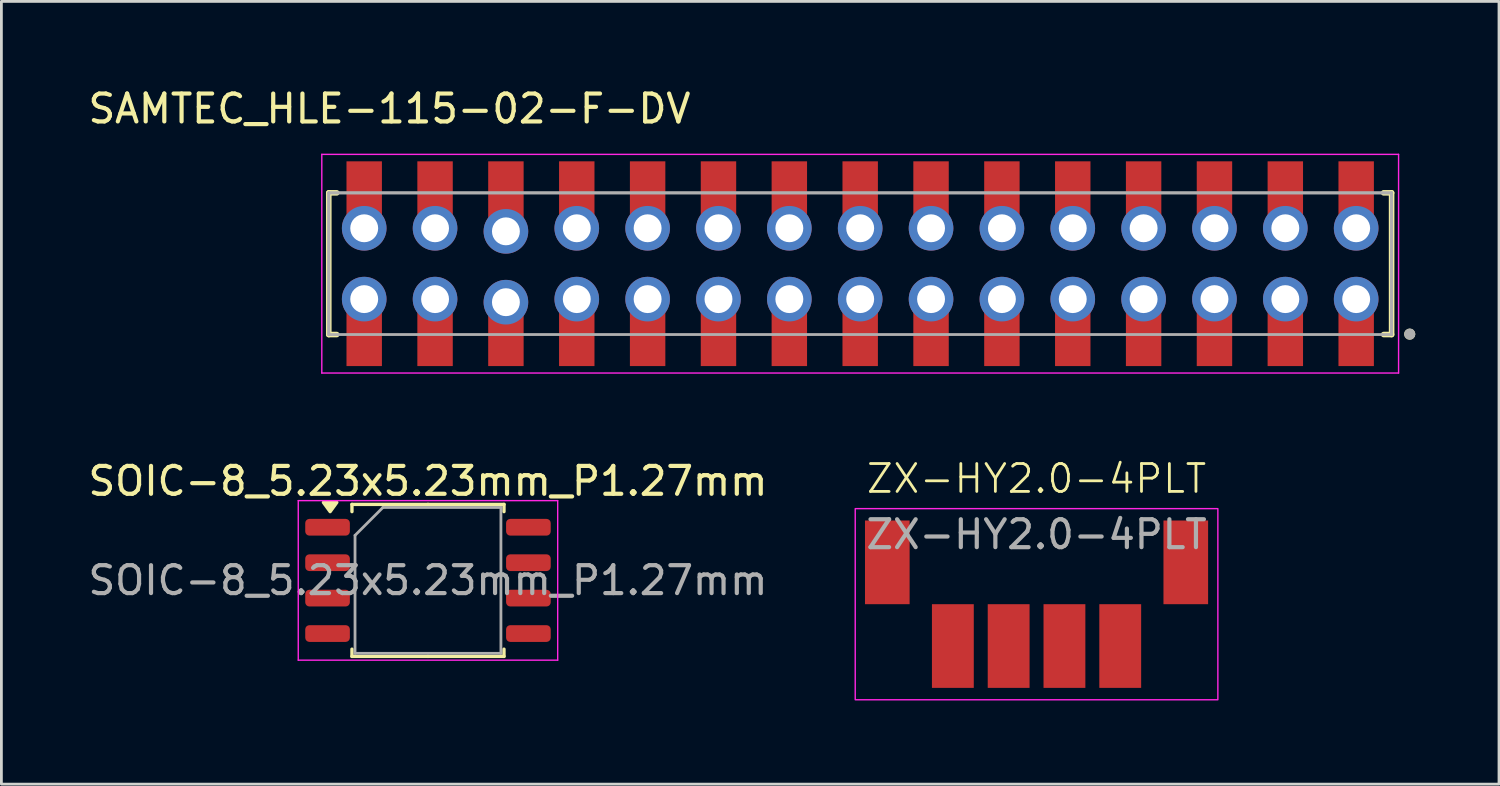
<source format=kicad_pcb>
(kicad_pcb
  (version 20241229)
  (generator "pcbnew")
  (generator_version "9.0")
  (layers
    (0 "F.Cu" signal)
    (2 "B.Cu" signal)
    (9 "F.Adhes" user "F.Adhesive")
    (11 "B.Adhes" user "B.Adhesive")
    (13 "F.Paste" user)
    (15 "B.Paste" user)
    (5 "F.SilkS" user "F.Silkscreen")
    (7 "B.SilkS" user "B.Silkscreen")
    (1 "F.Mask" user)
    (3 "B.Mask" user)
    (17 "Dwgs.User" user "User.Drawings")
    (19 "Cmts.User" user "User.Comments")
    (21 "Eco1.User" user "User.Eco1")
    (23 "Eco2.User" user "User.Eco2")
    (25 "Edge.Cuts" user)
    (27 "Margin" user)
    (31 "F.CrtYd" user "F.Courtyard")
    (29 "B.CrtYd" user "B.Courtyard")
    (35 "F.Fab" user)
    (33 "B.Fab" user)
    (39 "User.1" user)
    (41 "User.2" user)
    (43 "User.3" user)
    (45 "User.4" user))
  (footprint "SOIC-8_5.23x5.23mm_P1.27mm"
    (layer "F.Cu")
    (at 12.292 17.756)
    (property "Reference" "SOIC-8_5.23x5.23mm_P1.27mm" (at 0 -3.56 0) (layer "F.SilkS") (effects (font (size 1 1) (thickness 0.15))))
    (attr smd)
    (fp_line (start -2.725 -2.725) (end -2.725 -2.465) (stroke (width 0.12) (type solid)) (layer "F.SilkS"))
    (fp_line (start -2.725 2.725) (end -2.725 2.465) (stroke (width 0.12) (type solid)) (layer "F.SilkS"))
    (fp_line (start 0 -2.725) (end -2.725 -2.725) (stroke (width 0.12) (type solid)) (layer "F.SilkS"))
    (fp_line (start 0 -2.725) (end 2.725 -2.725) (stroke (width 0.12) (type solid)) (layer "F.SilkS"))
    (fp_line (start 0 2.725) (end -2.725 2.725) (stroke (width 0.12) (type solid)) (layer "F.SilkS"))
    (fp_line (start 0 2.725) (end 2.725 2.725) (stroke (width 0.12) (type solid)) (layer "F.SilkS"))
    (fp_line (start 2.725 -2.725) (end 2.725 -2.465) (stroke (width 0.12) (type solid)) (layer "F.SilkS"))
    (fp_line (start 2.725 2.725) (end 2.725 2.465) (stroke (width 0.12) (type solid)) (layer "F.SilkS"))
    (fp_poly (pts (xy -3.507 -2.465) (xy -3.748 -2.795) (xy -3.268 -2.795) (xy -3.507 -2.465)) (stroke (width 0.12) (type solid)) (fill yes) (layer "F.SilkS"))
    (fp_line (start -4.65 -2.86) (end -4.65 2.86) (stroke (width 0.05) (type solid)) (layer "F.CrtYd"))
    (fp_line (start -4.65 2.86) (end 4.65 2.86) (stroke (width 0.05) (type solid)) (layer "F.CrtYd"))
    (fp_line (start 4.65 -2.86) (end -4.65 -2.86) (stroke (width 0.05) (type solid)) (layer "F.CrtYd"))
    (fp_line (start 4.65 2.86) (end 4.65 -2.86) (stroke (width 0.05) (type solid)) (layer "F.CrtYd"))
    (fp_line (start -2.615 -1.615) (end -1.615 -2.615) (stroke (width 0.1) (type solid)) (layer "F.Fab"))
    (fp_line (start -2.615 2.615) (end -2.615 -1.615) (stroke (width 0.1) (type solid)) (layer "F.Fab"))
    (fp_line (start -1.615 -2.615) (end 2.615 -2.615) (stroke (width 0.1) (type solid)) (layer "F.Fab"))
    (fp_line (start 2.615 -2.615) (end 2.615 2.615) (stroke (width 0.1) (type solid)) (layer "F.Fab"))
    (fp_line (start 2.615 2.615) (end -2.615 2.615) (stroke (width 0.1) (type solid)) (layer "F.Fab"))
    (fp_text user "${REFERENCE}" (at 0 0 0) (layer "F.Fab") (effects (font (size 1 1) (thickness 0.15))))
    (pad "1" smd roundrect (at -3.6 -1.905) (size 1.6 0.6) (layers "F.Cu" "F.Mask" "F.Paste") (roundrect_rratio 0.25))
    (pad "2" smd roundrect (at -3.6 -0.635) (size 1.6 0.6) (layers "F.Cu" "F.Mask" "F.Paste") (roundrect_rratio 0.25))
    (pad "3" smd roundrect (at -3.6 0.635) (size 1.6 0.6) (layers "F.Cu" "F.Mask" "F.Paste") (roundrect_rratio 0.25))
    (pad "4" smd roundrect (at -3.6 1.905) (size 1.6 0.6) (layers "F.Cu" "F.Mask" "F.Paste") (roundrect_rratio 0.25))
    (pad "5" smd roundrect (at 3.6 1.905) (size 1.6 0.6) (layers "F.Cu" "F.Mask" "F.Paste") (roundrect_rratio 0.25))
    (pad "6" smd roundrect (at 3.6 0.635) (size 1.6 0.6) (layers "F.Cu" "F.Mask" "F.Paste") (roundrect_rratio 0.25))
    (pad "7" smd roundrect (at 3.6 -0.635) (size 1.6 0.6) (layers "F.Cu" "F.Mask" "F.Paste") (roundrect_rratio 0.25))
    (pad "8" smd roundrect (at 3.6 -1.905) (size 1.6 0.6) (layers "F.Cu" "F.Mask" "F.Paste") (roundrect_rratio 0.25)))
  (footprint "SAMTEC_HLE-115-02-F-DV"
    (layer "F.Cu")
    (at 27.786 6.403)
    (property "Reference" "SAMTEC_HLE-115-02-F-DV" (at -16.875 -5.555 0) (layer "F.SilkS") (effects (font (size 1 1) (thickness 0.15))))
    (attr smd)
    (fp_line (start -19.05 -2.54) (end -18.765 -2.54) (stroke (width 0.2) (type solid)) (layer "F.SilkS"))
    (fp_line (start -19.05 2.54) (end -19.05 -2.54) (stroke (width 0.2) (type solid)) (layer "F.SilkS"))
    (fp_line (start -18.765 2.54) (end -19.05 2.54) (stroke (width 0.2) (type solid)) (layer "F.SilkS"))
    (fp_line (start 18.765 -2.54) (end 19.05 -2.54) (stroke (width 0.2) (type solid)) (layer "F.SilkS"))
    (fp_line (start 18.765 2.54) (end 19.05 2.54) (stroke (width 0.2) (type solid)) (layer "F.SilkS"))
    (fp_line (start 19.05 -2.54) (end 19.05 2.54) (stroke (width 0.2) (type solid)) (layer "F.SilkS"))
    (fp_circle (center 19.7 2.525) (end 19.8 2.525) (stroke (width 0.2) (type solid)) (fill no) (layer "F.SilkS"))
    (fp_line (start -19.3 -3.92) (end 19.3 -3.92) (stroke (width 0.05) (type solid)) (layer "F.CrtYd"))
    (fp_line (start -19.3 3.92) (end -19.3 -3.92) (stroke (width 0.05) (type solid)) (layer "F.CrtYd"))
    (fp_line (start 19.3 -3.92) (end 19.3 3.92) (stroke (width 0.05) (type solid)) (layer "F.CrtYd"))
    (fp_line (start 19.3 3.92) (end -19.3 3.92) (stroke (width 0.05) (type solid)) (layer "F.CrtYd"))
    (fp_line (start -19.05 -2.54) (end 19.05 -2.54) (stroke (width 0.1) (type solid)) (layer "F.Fab"))
    (fp_line (start -19.05 -2.54) (end 19.05 -2.54) (stroke (width 0.1) (type solid)) (layer "F.Fab"))
    (fp_line (start -19.05 2.54) (end -19.05 -2.54) (stroke (width 0.1) (type solid)) (layer "F.Fab"))
    (fp_line (start -19.05 2.54) (end -19.05 -2.54) (stroke (width 0.1) (type solid)) (layer "F.Fab"))
    (fp_line (start 19.05 -2.54) (end 19.05 2.54) (stroke (width 0.1) (type solid)) (layer "F.Fab"))
    (fp_line (start 19.05 -2.54) (end 19.05 2.54) (stroke (width 0.1) (type solid)) (layer "F.Fab"))
    (fp_line (start 19.05 2.54) (end -19.05 2.54) (stroke (width 0.1) (type solid)) (layer "F.Fab"))
    (fp_circle (center 19.7 2.525) (end 19.8 2.525) (stroke (width 0.2) (type solid)) (fill no) (layer "F.Fab"))
    (pad "01" thru_hole circle (at 17.78 1.27) (size 1.6 1.6) (drill 1) (layers "*.Cu" "*.Mask"))
    (pad "01" smd rect (at 17.78 2.525) (size 1.27 2.29) (layers "F.Cu" "F.Mask" "F.Paste"))
    (pad "02" smd rect (at 17.78 -2.525) (size 1.27 2.29) (layers "F.Cu" "F.Mask" "F.Paste"))
    (pad "02" thru_hole circle (at 17.78 -1.27) (size 1.6 1.6) (drill 1) (layers "*.Cu" "*.Mask"))
    (pad "03" thru_hole circle (at 15.24 1.27) (size 1.6 1.6) (drill 1) (layers "*.Cu" "*.Mask"))
    (pad "03" smd rect (at 15.24 2.525) (size 1.27 2.29) (layers "F.Cu" "F.Mask" "F.Paste"))
    (pad "04" smd rect (at 15.24 -2.525) (size 1.27 2.29) (layers "F.Cu" "F.Mask" "F.Paste"))
    (pad "04" thru_hole circle (at 15.24 -1.27) (size 1.6 1.6) (drill 1) (layers "*.Cu" "*.Mask"))
    (pad "05" thru_hole circle (at 12.7 1.27) (size 1.6 1.6) (drill 1) (layers "*.Cu" "*.Mask"))
    (pad "05" smd rect (at 12.7 2.525) (size 1.27 2.29) (layers "F.Cu" "F.Mask" "F.Paste"))
    (pad "06" smd rect (at 12.7 -2.525) (size 1.27 2.29) (layers "F.Cu" "F.Mask" "F.Paste"))
    (pad "06" thru_hole circle (at 12.7 -1.27) (size 1.6 1.6) (drill 1) (layers "*.Cu" "*.Mask"))
    (pad "07" thru_hole circle (at 10.16 1.27) (size 1.6 1.6) (drill 1) (layers "*.Cu" "*.Mask"))
    (pad "07" smd rect (at 10.16 2.525) (size 1.27 2.29) (layers "F.Cu" "F.Mask" "F.Paste"))
    (pad "08" smd rect (at 10.16 -2.525) (size 1.27 2.29) (layers "F.Cu" "F.Mask" "F.Paste"))
    (pad "08" thru_hole circle (at 10.16 -1.27) (size 1.6 1.6) (drill 1) (layers "*.Cu" "*.Mask"))
    (pad "09" thru_hole circle (at 7.62 1.27) (size 1.6 1.6) (drill 1) (layers "*.Cu" "*.Mask"))
    (pad "09" smd rect (at 7.62 2.525) (size 1.27 2.29) (layers "F.Cu" "F.Mask" "F.Paste"))
    (pad "10" smd rect (at 7.62 -2.525) (size 1.27 2.29) (layers "F.Cu" "F.Mask" "F.Paste"))
    (pad "10" thru_hole circle (at 7.62 -1.27) (size 1.6 1.6) (drill 1) (layers "*.Cu" "*.Mask"))
    (pad "11" thru_hole circle (at 5.08 1.27) (size 1.6 1.6) (drill 1) (layers "*.Cu" "*.Mask"))
    (pad "11" smd rect (at 5.08 2.525) (size 1.27 2.29) (layers "F.Cu" "F.Mask" "F.Paste"))
    (pad "12" smd rect (at 5.08 -2.525) (size 1.27 2.29) (layers "F.Cu" "F.Mask" "F.Paste"))
    (pad "12" thru_hole circle (at 5.08 -1.27) (size 1.6 1.6) (drill 1) (layers "*.Cu" "*.Mask"))
    (pad "13" thru_hole circle (at 2.54 1.27) (size 1.6 1.6) (drill 1) (layers "*.Cu" "*.Mask"))
    (pad "13" smd rect (at 2.54 2.525) (size 1.27 2.29) (layers "F.Cu" "F.Mask" "F.Paste"))
    (pad "14" smd rect (at 2.54 -2.525) (size 1.27 2.29) (layers "F.Cu" "F.Mask" "F.Paste"))
    (pad "14" thru_hole circle (at 2.54 -1.27) (size 1.6 1.6) (drill 1) (layers "*.Cu" "*.Mask"))
    (pad "15" thru_hole circle (at 0 1.27) (size 1.6 1.6) (drill 1) (layers "*.Cu" "*.Mask"))
    (pad "15" smd rect (at 0 2.525) (size 1.27 2.29) (layers "F.Cu" "F.Mask" "F.Paste"))
    (pad "16" smd rect (at 0 -2.525) (size 1.27 2.29) (layers "F.Cu" "F.Mask" "F.Paste"))
    (pad "16" thru_hole circle (at 0 -1.27) (size 1.6 1.6) (drill 1) (layers "*.Cu" "*.Mask"))
    (pad "17" thru_hole circle (at -2.54 1.27) (size 1.6 1.6) (drill 1) (layers "*.Cu" "*.Mask"))
    (pad "17" smd rect (at -2.54 2.525) (size 1.27 2.29) (layers "F.Cu" "F.Mask" "F.Paste"))
    (pad "18" smd rect (at -2.54 -2.525) (size 1.27 2.29) (layers "F.Cu" "F.Mask" "F.Paste"))
    (pad "18" thru_hole circle (at -2.54 -1.27) (size 1.6 1.6) (drill 1) (layers "*.Cu" "*.Mask"))
    (pad "19" thru_hole circle (at -5.08 1.27) (size 1.6 1.6) (drill 1) (layers "*.Cu" "*.Mask"))
    (pad "19" smd rect (at -5.08 2.525) (size 1.27 2.29) (layers "F.Cu" "F.Mask" "F.Paste"))
    (pad "20" smd rect (at -5.08 -2.525) (size 1.27 2.29) (layers "F.Cu" "F.Mask" "F.Paste"))
    (pad "20" thru_hole circle (at -5.08 -1.27) (size 1.6 1.6) (drill 1) (layers "*.Cu" "*.Mask"))
    (pad "21" thru_hole circle (at -7.62 1.27) (size 1.6 1.6) (drill 1) (layers "*.Cu" "*.Mask"))
    (pad "21" smd rect (at -7.62 2.525) (size 1.27 2.29) (layers "F.Cu" "F.Mask" "F.Paste"))
    (pad "22" smd rect (at -7.62 -2.525) (size 1.27 2.29) (layers "F.Cu" "F.Mask" "F.Paste"))
    (pad "22" thru_hole circle (at -7.62 -1.27) (size 1.6 1.6) (drill 1) (layers "*.Cu" "*.Mask"))
    (pad "23" thru_hole circle (at -10.16 1.27) (size 1.6 1.6) (drill 1) (layers "*.Cu" "*.Mask"))
    (pad "23" smd rect (at -10.16 2.525) (size 1.27 2.29) (layers "F.Cu" "F.Mask" "F.Paste"))
    (pad "24" smd rect (at -10.16 -2.525) (size 1.27 2.29) (layers "F.Cu" "F.Mask" "F.Paste"))
    (pad "24" thru_hole circle (at -10.16 -1.27) (size 1.6 1.6) (drill 1) (layers "*.Cu" "*.Mask"))
    (pad "25" thru_hole circle (at -12.7 1.38) (size 1.6 1.6) (drill 1) (layers "*.Cu" "*.Mask"))
    (pad "25" smd rect (at -12.7 2.525) (size 1.27 2.29) (layers "F.Cu" "F.Mask" "F.Paste"))
    (pad "26" smd rect (at -12.7 -2.525) (size 1.27 2.29) (layers "F.Cu" "F.Mask" "F.Paste"))
    (pad "26" thru_hole circle (at -12.7 -1.16) (size 1.6 1.6) (drill 1) (layers "*.Cu" "*.Mask"))
    (pad "27" thru_hole circle (at -15.24 1.27) (size 1.6 1.6) (drill 1) (layers "*.Cu" "*.Mask"))
    (pad "27" smd rect (at -15.24 2.525) (size 1.27 2.29) (layers "F.Cu" "F.Mask" "F.Paste"))
    (pad "28" smd rect (at -15.24 -2.525) (size 1.27 2.29) (layers "F.Cu" "F.Mask" "F.Paste"))
    (pad "28" thru_hole circle (at -15.24 -1.27) (size 1.6 1.6) (drill 1) (layers "*.Cu" "*.Mask"))
    (pad "29" thru_hole circle (at -17.78 1.27) (size 1.6 1.6) (drill 1) (layers "*.Cu" "*.Mask"))
    (pad "29" smd rect (at -17.78 2.525) (size 1.27 2.29) (layers "F.Cu" "F.Mask" "F.Paste"))
    (pad "30" smd rect (at -17.78 -2.525) (size 1.27 2.29) (layers "F.Cu" "F.Mask" "F.Paste"))
    (pad "30" thru_hole circle (at -17.78 -1.27) (size 1.6 1.6) (drill 1) (layers "*.Cu" "*.Mask")))
  (footprint "ZX-HY2.0-4PLT"
    (layer "F.Cu")
    (at 34.108 20.109)
    (property "Reference" "ZX-HY2.0-4PLT" (at 0 -6 0) (unlocked yes) (layer "F.SilkS") (effects (font (size 1 1) (thickness 0.1))))
    (attr smd)
    (fp_rect (start -6.5 -4.925) (end 6.5 1.925) (stroke (width 0.05) (type default)) (fill no) (layer "F.CrtYd"))
    (fp_text user "${REFERENCE}" (at 0 -4 0) (unlocked yes) (layer "F.Fab") (effects (font (size 1 1) (thickness 0.15))))
    (pad "1" smd rect (at -3 0) (size 1.5 3) (layers "F.Cu" "F.Mask" "F.Paste"))
    (pad "2" smd rect (at -1 0) (size 1.5 3) (layers "F.Cu" "F.Mask" "F.Paste"))
    (pad "3" smd rect (at 1 0) (size 1.5 3) (layers "F.Cu" "F.Mask" "F.Paste"))
    (pad "4" smd rect (at 3 0) (size 1.5 3) (layers "F.Cu" "F.Mask" "F.Paste"))
    (pad "MP" smd rect (at -5.35 -3) (size 1.6 3) (layers "F.Cu" "F.Mask" "F.Paste"))
    (pad "MP" smd rect (at 5.35 -3) (size 1.6 3) (layers "F.Cu" "F.Mask" "F.Paste")))
  (gr_rect
    (start -3 -3)
    (end 50.686 25.059)
    (stroke (width 0.1) (type default))
    (fill no)
    (layer "Edge.Cuts")))
</source>
